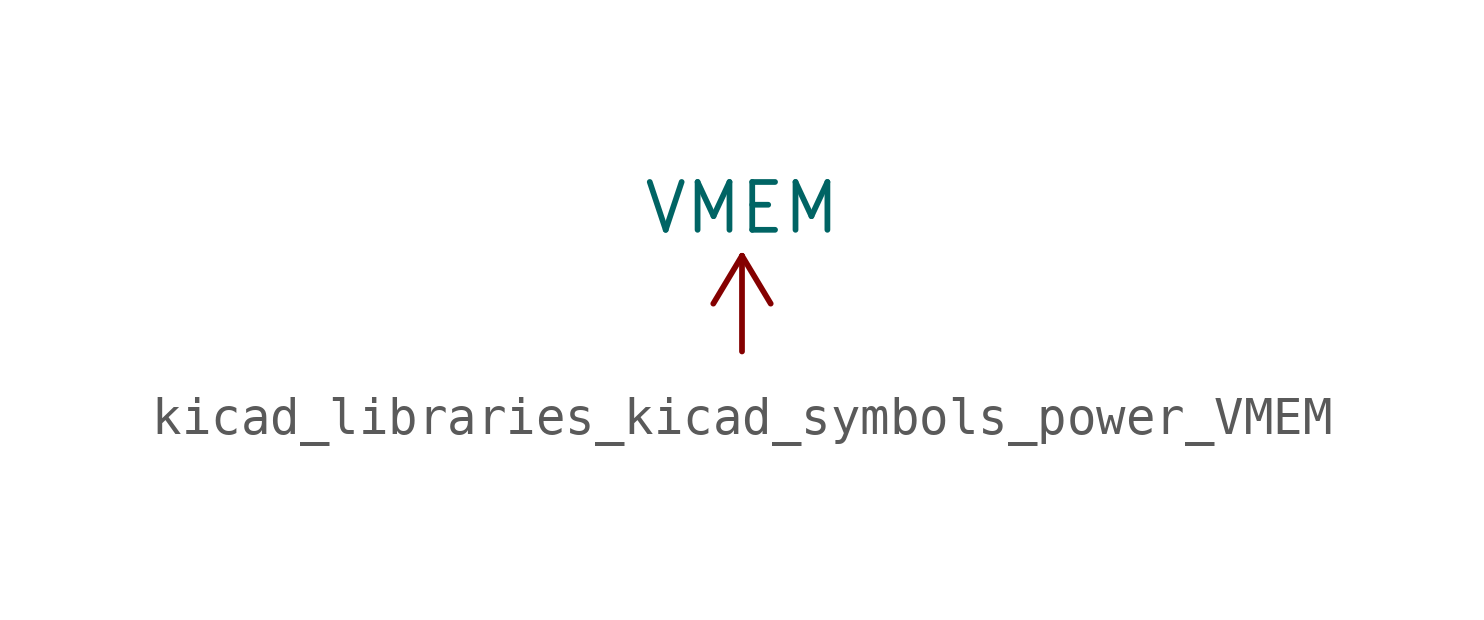
<source format=kicad_sym>
(kicad_symbol_lib
  (version 20220914)
  (generator kicad_symbol_editor)
  (symbol "kicad_libraries_kicad_symbols_power_VMEM"
    (power)
    (pin_names
      (offset 0))
    (property "Reference" "#PWR"
      (at 0 -3.81 0)
      (effects (font (size 1.27 1.27)) hide))
    (property "Value" "VMEM"
      (at 0 3.81 0)
      (effects (font (size 1.27 1.27))))
    (symbol "kicad_libraries_kicad_symbols_power_VMEM_0_1"
      (polyline (pts (xy -0.762 1.27) (xy 0 2.54)) (stroke (width 0) (type default)) (fill (type none)))
      (polyline (pts (xy 0 0) (xy 0 2.54)) (stroke (width 0) (type default)) (fill (type none)))
      (polyline (pts (xy 0 2.54) (xy 0.762 1.27)) (stroke (width 0) (type default)) (fill (type none))))
    (symbol "kicad_libraries_kicad_symbols_power_VMEM_1_1"
      (pin power_in line (at 0 0 90) (length 0) hide (name "VMEM" (effects (font (size 1.27 1.27)))) (number "1" (effects (font (size 1.27 1.27))))))))
</source>
